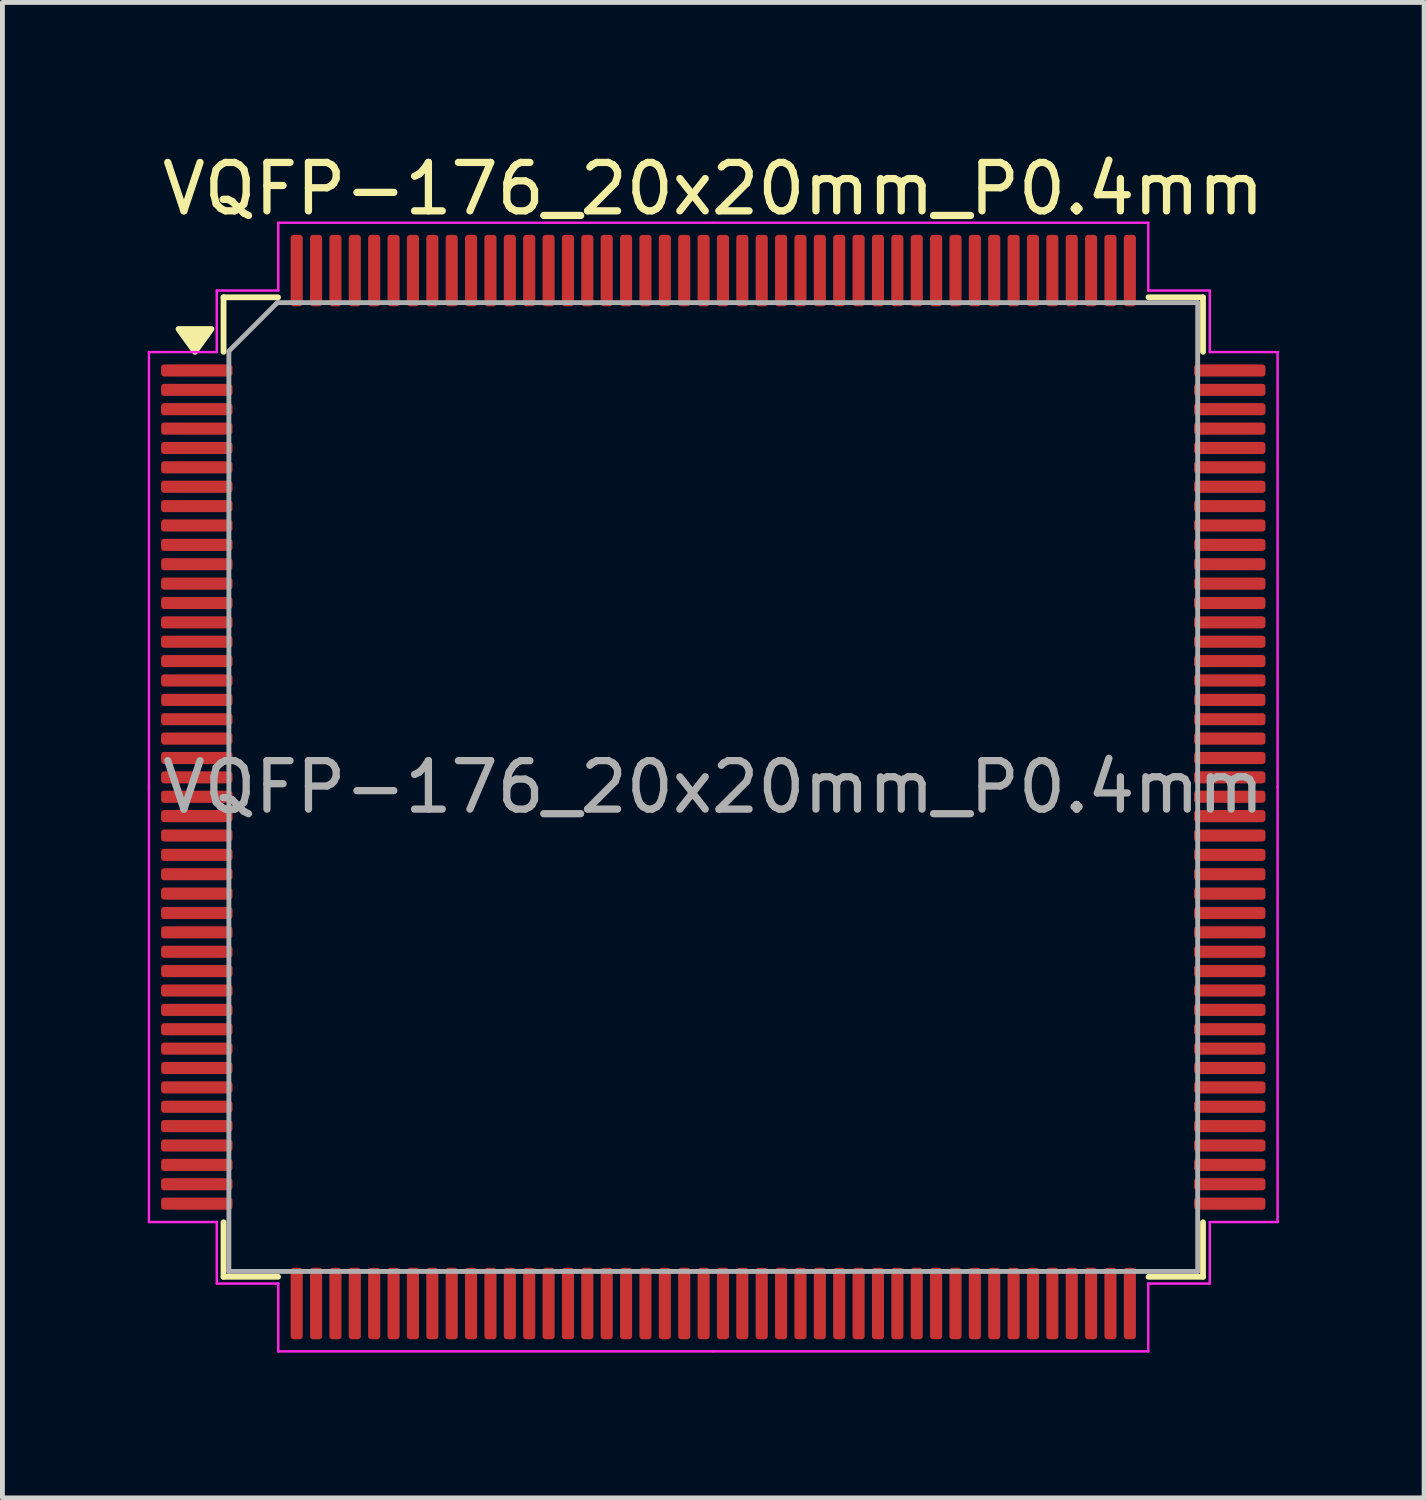
<source format=kicad_pcb>
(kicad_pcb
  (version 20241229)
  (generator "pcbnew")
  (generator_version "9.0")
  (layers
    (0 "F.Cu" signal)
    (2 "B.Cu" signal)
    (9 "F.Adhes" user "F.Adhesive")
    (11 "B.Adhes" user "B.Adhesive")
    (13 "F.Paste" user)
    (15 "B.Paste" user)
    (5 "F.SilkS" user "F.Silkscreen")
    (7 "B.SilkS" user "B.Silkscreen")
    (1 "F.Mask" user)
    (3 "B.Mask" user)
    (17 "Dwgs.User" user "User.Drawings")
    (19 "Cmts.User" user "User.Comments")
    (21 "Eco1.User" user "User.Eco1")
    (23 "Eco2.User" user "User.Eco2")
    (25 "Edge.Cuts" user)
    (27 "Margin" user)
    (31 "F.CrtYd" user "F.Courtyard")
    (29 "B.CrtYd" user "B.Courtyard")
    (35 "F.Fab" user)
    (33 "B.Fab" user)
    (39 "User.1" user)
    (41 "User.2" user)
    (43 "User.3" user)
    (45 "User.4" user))
  (footprint "VQFP-176_20x20mm_P0.4mm"
    (layer "F.Cu")
    (at 11.675 13.198)
    (property "Reference" "VQFP-176_20x20mm_P0.4mm" (at 0 -12.35 0) (layer "F.SilkS") (effects (font (size 1 1) (thickness 0.15))))
    (attr smd)
    (fp_line (start -10.11 -10.11) (end -10.11 -8.985) (stroke (width 0.12) (type solid)) (layer "F.SilkS"))
    (fp_line (start -10.11 10.11) (end -10.11 8.985) (stroke (width 0.12) (type solid)) (layer "F.SilkS"))
    (fp_line (start -8.985 -10.11) (end -10.11 -10.11) (stroke (width 0.12) (type solid)) (layer "F.SilkS"))
    (fp_line (start -8.985 10.11) (end -10.11 10.11) (stroke (width 0.12) (type solid)) (layer "F.SilkS"))
    (fp_line (start 8.985 -10.11) (end 10.11 -10.11) (stroke (width 0.12) (type solid)) (layer "F.SilkS"))
    (fp_line (start 8.985 10.11) (end 10.11 10.11) (stroke (width 0.12) (type solid)) (layer "F.SilkS"))
    (fp_line (start 10.11 -10.11) (end 10.11 -8.985) (stroke (width 0.12) (type solid)) (layer "F.SilkS"))
    (fp_line (start 10.11 10.11) (end 10.11 8.985) (stroke (width 0.12) (type solid)) (layer "F.SilkS"))
    (fp_poly (pts (xy -10.7 -8.985) (xy -11.04 -9.455) (xy -10.36 -9.455) (xy -10.7 -8.985)) (stroke (width 0.12) (type solid)) (fill yes) (layer "F.SilkS"))
    (fp_line (start -11.65 -8.98) (end -11.65 0) (stroke (width 0.05) (type solid)) (layer "F.CrtYd"))
    (fp_line (start -11.65 8.98) (end -11.65 0) (stroke (width 0.05) (type solid)) (layer "F.CrtYd"))
    (fp_line (start -10.25 -10.25) (end -10.25 -8.98) (stroke (width 0.05) (type solid)) (layer "F.CrtYd"))
    (fp_line (start -10.25 -8.98) (end -11.65 -8.98) (stroke (width 0.05) (type solid)) (layer "F.CrtYd"))
    (fp_line (start -10.25 8.98) (end -11.65 8.98) (stroke (width 0.05) (type solid)) (layer "F.CrtYd"))
    (fp_line (start -10.25 10.25) (end -10.25 8.98) (stroke (width 0.05) (type solid)) (layer "F.CrtYd"))
    (fp_line (start -8.98 -11.65) (end -8.98 -10.25) (stroke (width 0.05) (type solid)) (layer "F.CrtYd"))
    (fp_line (start -8.98 -10.25) (end -10.25 -10.25) (stroke (width 0.05) (type solid)) (layer "F.CrtYd"))
    (fp_line (start -8.98 10.25) (end -10.25 10.25) (stroke (width 0.05) (type solid)) (layer "F.CrtYd"))
    (fp_line (start -8.98 11.65) (end -8.98 10.25) (stroke (width 0.05) (type solid)) (layer "F.CrtYd"))
    (fp_line (start 0 -11.65) (end -8.98 -11.65) (stroke (width 0.05) (type solid)) (layer "F.CrtYd"))
    (fp_line (start 0 -11.65) (end 8.98 -11.65) (stroke (width 0.05) (type solid)) (layer "F.CrtYd"))
    (fp_line (start 0 11.65) (end -8.98 11.65) (stroke (width 0.05) (type solid)) (layer "F.CrtYd"))
    (fp_line (start 0 11.65) (end 8.98 11.65) (stroke (width 0.05) (type solid)) (layer "F.CrtYd"))
    (fp_line (start 8.98 -11.65) (end 8.98 -10.25) (stroke (width 0.05) (type solid)) (layer "F.CrtYd"))
    (fp_line (start 8.98 -10.25) (end 10.25 -10.25) (stroke (width 0.05) (type solid)) (layer "F.CrtYd"))
    (fp_line (start 8.98 10.25) (end 10.25 10.25) (stroke (width 0.05) (type solid)) (layer "F.CrtYd"))
    (fp_line (start 8.98 11.65) (end 8.98 10.25) (stroke (width 0.05) (type solid)) (layer "F.CrtYd"))
    (fp_line (start 10.25 -10.25) (end 10.25 -8.98) (stroke (width 0.05) (type solid)) (layer "F.CrtYd"))
    (fp_line (start 10.25 -8.98) (end 11.65 -8.98) (stroke (width 0.05) (type solid)) (layer "F.CrtYd"))
    (fp_line (start 10.25 8.98) (end 11.65 8.98) (stroke (width 0.05) (type solid)) (layer "F.CrtYd"))
    (fp_line (start 10.25 10.25) (end 10.25 8.98) (stroke (width 0.05) (type solid)) (layer "F.CrtYd"))
    (fp_line (start 11.65 -8.98) (end 11.65 0) (stroke (width 0.05) (type solid)) (layer "F.CrtYd"))
    (fp_line (start 11.65 8.98) (end 11.65 0) (stroke (width 0.05) (type solid)) (layer "F.CrtYd"))
    (fp_line (start -10 -9) (end -9 -10) (stroke (width 0.1) (type solid)) (layer "F.Fab"))
    (fp_line (start -10 10) (end -10 -9) (stroke (width 0.1) (type solid)) (layer "F.Fab"))
    (fp_line (start -9 -10) (end 10 -10) (stroke (width 0.1) (type solid)) (layer "F.Fab"))
    (fp_line (start 10 -10) (end 10 10) (stroke (width 0.1) (type solid)) (layer "F.Fab"))
    (fp_line (start 10 10) (end -10 10) (stroke (width 0.1) (type solid)) (layer "F.Fab"))
    (fp_text user "${REFERENCE}" (at 0 0 0) (layer "F.Fab") (effects (font (size 1 1) (thickness 0.15))))
    (pad "1" smd roundrect (at -10.662 -8.6) (size 1.475 0.25) (layers "F.Cu" "F.Mask" "F.Paste") (roundrect_rratio 0.25))
    (pad "2" smd roundrect (at -10.662 -8.2) (size 1.475 0.25) (layers "F.Cu" "F.Mask" "F.Paste") (roundrect_rratio 0.25))
    (pad "3" smd roundrect (at -10.662 -7.8) (size 1.475 0.25) (layers "F.Cu" "F.Mask" "F.Paste") (roundrect_rratio 0.25))
    (pad "4" smd roundrect (at -10.662 -7.4) (size 1.475 0.25) (layers "F.Cu" "F.Mask" "F.Paste") (roundrect_rratio 0.25))
    (pad "5" smd roundrect (at -10.662 -7) (size 1.475 0.25) (layers "F.Cu" "F.Mask" "F.Paste") (roundrect_rratio 0.25))
    (pad "6" smd roundrect (at -10.662 -6.6) (size 1.475 0.25) (layers "F.Cu" "F.Mask" "F.Paste") (roundrect_rratio 0.25))
    (pad "7" smd roundrect (at -10.662 -6.2) (size 1.475 0.25) (layers "F.Cu" "F.Mask" "F.Paste") (roundrect_rratio 0.25))
    (pad "8" smd roundrect (at -10.662 -5.8) (size 1.475 0.25) (layers "F.Cu" "F.Mask" "F.Paste") (roundrect_rratio 0.25))
    (pad "9" smd roundrect (at -10.662 -5.4) (size 1.475 0.25) (layers "F.Cu" "F.Mask" "F.Paste") (roundrect_rratio 0.25))
    (pad "10" smd roundrect (at -10.662 -5) (size 1.475 0.25) (layers "F.Cu" "F.Mask" "F.Paste") (roundrect_rratio 0.25))
    (pad "11" smd roundrect (at -10.662 -4.6) (size 1.475 0.25) (layers "F.Cu" "F.Mask" "F.Paste") (roundrect_rratio 0.25))
    (pad "12" smd roundrect (at -10.662 -4.2) (size 1.475 0.25) (layers "F.Cu" "F.Mask" "F.Paste") (roundrect_rratio 0.25))
    (pad "13" smd roundrect (at -10.662 -3.8) (size 1.475 0.25) (layers "F.Cu" "F.Mask" "F.Paste") (roundrect_rratio 0.25))
    (pad "14" smd roundrect (at -10.662 -3.4) (size 1.475 0.25) (layers "F.Cu" "F.Mask" "F.Paste") (roundrect_rratio 0.25))
    (pad "15" smd roundrect (at -10.662 -3) (size 1.475 0.25) (layers "F.Cu" "F.Mask" "F.Paste") (roundrect_rratio 0.25))
    (pad "16" smd roundrect (at -10.662 -2.6) (size 1.475 0.25) (layers "F.Cu" "F.Mask" "F.Paste") (roundrect_rratio 0.25))
    (pad "17" smd roundrect (at -10.662 -2.2) (size 1.475 0.25) (layers "F.Cu" "F.Mask" "F.Paste") (roundrect_rratio 0.25))
    (pad "18" smd roundrect (at -10.662 -1.8) (size 1.475 0.25) (layers "F.Cu" "F.Mask" "F.Paste") (roundrect_rratio 0.25))
    (pad "19" smd roundrect (at -10.662 -1.4) (size 1.475 0.25) (layers "F.Cu" "F.Mask" "F.Paste") (roundrect_rratio 0.25))
    (pad "20" smd roundrect (at -10.662 -1) (size 1.475 0.25) (layers "F.Cu" "F.Mask" "F.Paste") (roundrect_rratio 0.25))
    (pad "21" smd roundrect (at -10.662 -0.6) (size 1.475 0.25) (layers "F.Cu" "F.Mask" "F.Paste") (roundrect_rratio 0.25))
    (pad "22" smd roundrect (at -10.662 -0.2) (size 1.475 0.25) (layers "F.Cu" "F.Mask" "F.Paste") (roundrect_rratio 0.25))
    (pad "23" smd roundrect (at -10.662 0.2) (size 1.475 0.25) (layers "F.Cu" "F.Mask" "F.Paste") (roundrect_rratio 0.25))
    (pad "24" smd roundrect (at -10.662 0.6) (size 1.475 0.25) (layers "F.Cu" "F.Mask" "F.Paste") (roundrect_rratio 0.25))
    (pad "25" smd roundrect (at -10.662 1) (size 1.475 0.25) (layers "F.Cu" "F.Mask" "F.Paste") (roundrect_rratio 0.25))
    (pad "26" smd roundrect (at -10.662 1.4) (size 1.475 0.25) (layers "F.Cu" "F.Mask" "F.Paste") (roundrect_rratio 0.25))
    (pad "27" smd roundrect (at -10.662 1.8) (size 1.475 0.25) (layers "F.Cu" "F.Mask" "F.Paste") (roundrect_rratio 0.25))
    (pad "28" smd roundrect (at -10.662 2.2) (size 1.475 0.25) (layers "F.Cu" "F.Mask" "F.Paste") (roundrect_rratio 0.25))
    (pad "29" smd roundrect (at -10.662 2.6) (size 1.475 0.25) (layers "F.Cu" "F.Mask" "F.Paste") (roundrect_rratio 0.25))
    (pad "30" smd roundrect (at -10.662 3) (size 1.475 0.25) (layers "F.Cu" "F.Mask" "F.Paste") (roundrect_rratio 0.25))
    (pad "31" smd roundrect (at -10.662 3.4) (size 1.475 0.25) (layers "F.Cu" "F.Mask" "F.Paste") (roundrect_rratio 0.25))
    (pad "32" smd roundrect (at -10.662 3.8) (size 1.475 0.25) (layers "F.Cu" "F.Mask" "F.Paste") (roundrect_rratio 0.25))
    (pad "33" smd roundrect (at -10.662 4.2) (size 1.475 0.25) (layers "F.Cu" "F.Mask" "F.Paste") (roundrect_rratio 0.25))
    (pad "34" smd roundrect (at -10.662 4.6) (size 1.475 0.25) (layers "F.Cu" "F.Mask" "F.Paste") (roundrect_rratio 0.25))
    (pad "35" smd roundrect (at -10.662 5) (size 1.475 0.25) (layers "F.Cu" "F.Mask" "F.Paste") (roundrect_rratio 0.25))
    (pad "36" smd roundrect (at -10.662 5.4) (size 1.475 0.25) (layers "F.Cu" "F.Mask" "F.Paste") (roundrect_rratio 0.25))
    (pad "37" smd roundrect (at -10.662 5.8) (size 1.475 0.25) (layers "F.Cu" "F.Mask" "F.Paste") (roundrect_rratio 0.25))
    (pad "38" smd roundrect (at -10.662 6.2) (size 1.475 0.25) (layers "F.Cu" "F.Mask" "F.Paste") (roundrect_rratio 0.25))
    (pad "39" smd roundrect (at -10.662 6.6) (size 1.475 0.25) (layers "F.Cu" "F.Mask" "F.Paste") (roundrect_rratio 0.25))
    (pad "40" smd roundrect (at -10.662 7) (size 1.475 0.25) (layers "F.Cu" "F.Mask" "F.Paste") (roundrect_rratio 0.25))
    (pad "41" smd roundrect (at -10.662 7.4) (size 1.475 0.25) (layers "F.Cu" "F.Mask" "F.Paste") (roundrect_rratio 0.25))
    (pad "42" smd roundrect (at -10.662 7.8) (size 1.475 0.25) (layers "F.Cu" "F.Mask" "F.Paste") (roundrect_rratio 0.25))
    (pad "43" smd roundrect (at -10.662 8.2) (size 1.475 0.25) (layers "F.Cu" "F.Mask" "F.Paste") (roundrect_rratio 0.25))
    (pad "44" smd roundrect (at -10.662 8.6) (size 1.475 0.25) (layers "F.Cu" "F.Mask" "F.Paste") (roundrect_rratio 0.25))
    (pad "45" smd roundrect (at -8.6 10.662) (size 0.25 1.475) (layers "F.Cu" "F.Mask" "F.Paste") (roundrect_rratio 0.25))
    (pad "46" smd roundrect (at -8.2 10.662) (size 0.25 1.475) (layers "F.Cu" "F.Mask" "F.Paste") (roundrect_rratio 0.25))
    (pad "47" smd roundrect (at -7.8 10.662) (size 0.25 1.475) (layers "F.Cu" "F.Mask" "F.Paste") (roundrect_rratio 0.25))
    (pad "48" smd roundrect (at -7.4 10.662) (size 0.25 1.475) (layers "F.Cu" "F.Mask" "F.Paste") (roundrect_rratio 0.25))
    (pad "49" smd roundrect (at -7 10.662) (size 0.25 1.475) (layers "F.Cu" "F.Mask" "F.Paste") (roundrect_rratio 0.25))
    (pad "50" smd roundrect (at -6.6 10.662) (size 0.25 1.475) (layers "F.Cu" "F.Mask" "F.Paste") (roundrect_rratio 0.25))
    (pad "51" smd roundrect (at -6.2 10.662) (size 0.25 1.475) (layers "F.Cu" "F.Mask" "F.Paste") (roundrect_rratio 0.25))
    (pad "52" smd roundrect (at -5.8 10.662) (size 0.25 1.475) (layers "F.Cu" "F.Mask" "F.Paste") (roundrect_rratio 0.25))
    (pad "53" smd roundrect (at -5.4 10.662) (size 0.25 1.475) (layers "F.Cu" "F.Mask" "F.Paste") (roundrect_rratio 0.25))
    (pad "54" smd roundrect (at -5 10.662) (size 0.25 1.475) (layers "F.Cu" "F.Mask" "F.Paste") (roundrect_rratio 0.25))
    (pad "55" smd roundrect (at -4.6 10.662) (size 0.25 1.475) (layers "F.Cu" "F.Mask" "F.Paste") (roundrect_rratio 0.25))
    (pad "56" smd roundrect (at -4.2 10.662) (size 0.25 1.475) (layers "F.Cu" "F.Mask" "F.Paste") (roundrect_rratio 0.25))
    (pad "57" smd roundrect (at -3.8 10.662) (size 0.25 1.475) (layers "F.Cu" "F.Mask" "F.Paste") (roundrect_rratio 0.25))
    (pad "58" smd roundrect (at -3.4 10.662) (size 0.25 1.475) (layers "F.Cu" "F.Mask" "F.Paste") (roundrect_rratio 0.25))
    (pad "59" smd roundrect (at -3 10.662) (size 0.25 1.475) (layers "F.Cu" "F.Mask" "F.Paste") (roundrect_rratio 0.25))
    (pad "60" smd roundrect (at -2.6 10.662) (size 0.25 1.475) (layers "F.Cu" "F.Mask" "F.Paste") (roundrect_rratio 0.25))
    (pad "61" smd roundrect (at -2.2 10.662) (size 0.25 1.475) (layers "F.Cu" "F.Mask" "F.Paste") (roundrect_rratio 0.25))
    (pad "62" smd roundrect (at -1.8 10.662) (size 0.25 1.475) (layers "F.Cu" "F.Mask" "F.Paste") (roundrect_rratio 0.25))
    (pad "63" smd roundrect (at -1.4 10.662) (size 0.25 1.475) (layers "F.Cu" "F.Mask" "F.Paste") (roundrect_rratio 0.25))
    (pad "64" smd roundrect (at -1 10.662) (size 0.25 1.475) (layers "F.Cu" "F.Mask" "F.Paste") (roundrect_rratio 0.25))
    (pad "65" smd roundrect (at -0.6 10.662) (size 0.25 1.475) (layers "F.Cu" "F.Mask" "F.Paste") (roundrect_rratio 0.25))
    (pad "66" smd roundrect (at -0.2 10.662) (size 0.25 1.475) (layers "F.Cu" "F.Mask" "F.Paste") (roundrect_rratio 0.25))
    (pad "67" smd roundrect (at 0.2 10.662) (size 0.25 1.475) (layers "F.Cu" "F.Mask" "F.Paste") (roundrect_rratio 0.25))
    (pad "68" smd roundrect (at 0.6 10.662) (size 0.25 1.475) (layers "F.Cu" "F.Mask" "F.Paste") (roundrect_rratio 0.25))
    (pad "69" smd roundrect (at 1 10.662) (size 0.25 1.475) (layers "F.Cu" "F.Mask" "F.Paste") (roundrect_rratio 0.25))
    (pad "70" smd roundrect (at 1.4 10.662) (size 0.25 1.475) (layers "F.Cu" "F.Mask" "F.Paste") (roundrect_rratio 0.25))
    (pad "71" smd roundrect (at 1.8 10.662) (size 0.25 1.475) (layers "F.Cu" "F.Mask" "F.Paste") (roundrect_rratio 0.25))
    (pad "72" smd roundrect (at 2.2 10.662) (size 0.25 1.475) (layers "F.Cu" "F.Mask" "F.Paste") (roundrect_rratio 0.25))
    (pad "73" smd roundrect (at 2.6 10.662) (size 0.25 1.475) (layers "F.Cu" "F.Mask" "F.Paste") (roundrect_rratio 0.25))
    (pad "74" smd roundrect (at 3 10.662) (size 0.25 1.475) (layers "F.Cu" "F.Mask" "F.Paste") (roundrect_rratio 0.25))
    (pad "75" smd roundrect (at 3.4 10.662) (size 0.25 1.475) (layers "F.Cu" "F.Mask" "F.Paste") (roundrect_rratio 0.25))
    (pad "76" smd roundrect (at 3.8 10.662) (size 0.25 1.475) (layers "F.Cu" "F.Mask" "F.Paste") (roundrect_rratio 0.25))
    (pad "77" smd roundrect (at 4.2 10.662) (size 0.25 1.475) (layers "F.Cu" "F.Mask" "F.Paste") (roundrect_rratio 0.25))
    (pad "78" smd roundrect (at 4.6 10.662) (size 0.25 1.475) (layers "F.Cu" "F.Mask" "F.Paste") (roundrect_rratio 0.25))
    (pad "79" smd roundrect (at 5 10.662) (size 0.25 1.475) (layers "F.Cu" "F.Mask" "F.Paste") (roundrect_rratio 0.25))
    (pad "80" smd roundrect (at 5.4 10.662) (size 0.25 1.475) (layers "F.Cu" "F.Mask" "F.Paste") (roundrect_rratio 0.25))
    (pad "81" smd roundrect (at 5.8 10.662) (size 0.25 1.475) (layers "F.Cu" "F.Mask" "F.Paste") (roundrect_rratio 0.25))
    (pad "82" smd roundrect (at 6.2 10.662) (size 0.25 1.475) (layers "F.Cu" "F.Mask" "F.Paste") (roundrect_rratio 0.25))
    (pad "83" smd roundrect (at 6.6 10.662) (size 0.25 1.475) (layers "F.Cu" "F.Mask" "F.Paste") (roundrect_rratio 0.25))
    (pad "84" smd roundrect (at 7 10.662) (size 0.25 1.475) (layers "F.Cu" "F.Mask" "F.Paste") (roundrect_rratio 0.25))
    (pad "85" smd roundrect (at 7.4 10.662) (size 0.25 1.475) (layers "F.Cu" "F.Mask" "F.Paste") (roundrect_rratio 0.25))
    (pad "86" smd roundrect (at 7.8 10.662) (size 0.25 1.475) (layers "F.Cu" "F.Mask" "F.Paste") (roundrect_rratio 0.25))
    (pad "87" smd roundrect (at 8.2 10.662) (size 0.25 1.475) (layers "F.Cu" "F.Mask" "F.Paste") (roundrect_rratio 0.25))
    (pad "88" smd roundrect (at 8.6 10.662) (size 0.25 1.475) (layers "F.Cu" "F.Mask" "F.Paste") (roundrect_rratio 0.25))
    (pad "89" smd roundrect (at 10.662 8.6) (size 1.475 0.25) (layers "F.Cu" "F.Mask" "F.Paste") (roundrect_rratio 0.25))
    (pad "90" smd roundrect (at 10.662 8.2) (size 1.475 0.25) (layers "F.Cu" "F.Mask" "F.Paste") (roundrect_rratio 0.25))
    (pad "91" smd roundrect (at 10.662 7.8) (size 1.475 0.25) (layers "F.Cu" "F.Mask" "F.Paste") (roundrect_rratio 0.25))
    (pad "92" smd roundrect (at 10.662 7.4) (size 1.475 0.25) (layers "F.Cu" "F.Mask" "F.Paste") (roundrect_rratio 0.25))
    (pad "93" smd roundrect (at 10.662 7) (size 1.475 0.25) (layers "F.Cu" "F.Mask" "F.Paste") (roundrect_rratio 0.25))
    (pad "94" smd roundrect (at 10.662 6.6) (size 1.475 0.25) (layers "F.Cu" "F.Mask" "F.Paste") (roundrect_rratio 0.25))
    (pad "95" smd roundrect (at 10.662 6.2) (size 1.475 0.25) (layers "F.Cu" "F.Mask" "F.Paste") (roundrect_rratio 0.25))
    (pad "96" smd roundrect (at 10.662 5.8) (size 1.475 0.25) (layers "F.Cu" "F.Mask" "F.Paste") (roundrect_rratio 0.25))
    (pad "97" smd roundrect (at 10.662 5.4) (size 1.475 0.25) (layers "F.Cu" "F.Mask" "F.Paste") (roundrect_rratio 0.25))
    (pad "98" smd roundrect (at 10.662 5) (size 1.475 0.25) (layers "F.Cu" "F.Mask" "F.Paste") (roundrect_rratio 0.25))
    (pad "99" smd roundrect (at 10.662 4.6) (size 1.475 0.25) (layers "F.Cu" "F.Mask" "F.Paste") (roundrect_rratio 0.25))
    (pad "100" smd roundrect (at 10.662 4.2) (size 1.475 0.25) (layers "F.Cu" "F.Mask" "F.Paste") (roundrect_rratio 0.25))
    (pad "101" smd roundrect (at 10.662 3.8) (size 1.475 0.25) (layers "F.Cu" "F.Mask" "F.Paste") (roundrect_rratio 0.25))
    (pad "102" smd roundrect (at 10.662 3.4) (size 1.475 0.25) (layers "F.Cu" "F.Mask" "F.Paste") (roundrect_rratio 0.25))
    (pad "103" smd roundrect (at 10.662 3) (size 1.475 0.25) (layers "F.Cu" "F.Mask" "F.Paste") (roundrect_rratio 0.25))
    (pad "104" smd roundrect (at 10.662 2.6) (size 1.475 0.25) (layers "F.Cu" "F.Mask" "F.Paste") (roundrect_rratio 0.25))
    (pad "105" smd roundrect (at 10.662 2.2) (size 1.475 0.25) (layers "F.Cu" "F.Mask" "F.Paste") (roundrect_rratio 0.25))
    (pad "106" smd roundrect (at 10.662 1.8) (size 1.475 0.25) (layers "F.Cu" "F.Mask" "F.Paste") (roundrect_rratio 0.25))
    (pad "107" smd roundrect (at 10.662 1.4) (size 1.475 0.25) (layers "F.Cu" "F.Mask" "F.Paste") (roundrect_rratio 0.25))
    (pad "108" smd roundrect (at 10.662 1) (size 1.475 0.25) (layers "F.Cu" "F.Mask" "F.Paste") (roundrect_rratio 0.25))
    (pad "109" smd roundrect (at 10.662 0.6) (size 1.475 0.25) (layers "F.Cu" "F.Mask" "F.Paste") (roundrect_rratio 0.25))
    (pad "110" smd roundrect (at 10.662 0.2) (size 1.475 0.25) (layers "F.Cu" "F.Mask" "F.Paste") (roundrect_rratio 0.25))
    (pad "111" smd roundrect (at 10.662 -0.2) (size 1.475 0.25) (layers "F.Cu" "F.Mask" "F.Paste") (roundrect_rratio 0.25))
    (pad "112" smd roundrect (at 10.662 -0.6) (size 1.475 0.25) (layers "F.Cu" "F.Mask" "F.Paste") (roundrect_rratio 0.25))
    (pad "113" smd roundrect (at 10.662 -1) (size 1.475 0.25) (layers "F.Cu" "F.Mask" "F.Paste") (roundrect_rratio 0.25))
    (pad "114" smd roundrect (at 10.662 -1.4) (size 1.475 0.25) (layers "F.Cu" "F.Mask" "F.Paste") (roundrect_rratio 0.25))
    (pad "115" smd roundrect (at 10.662 -1.8) (size 1.475 0.25) (layers "F.Cu" "F.Mask" "F.Paste") (roundrect_rratio 0.25))
    (pad "116" smd roundrect (at 10.662 -2.2) (size 1.475 0.25) (layers "F.Cu" "F.Mask" "F.Paste") (roundrect_rratio 0.25))
    (pad "117" smd roundrect (at 10.662 -2.6) (size 1.475 0.25) (layers "F.Cu" "F.Mask" "F.Paste") (roundrect_rratio 0.25))
    (pad "118" smd roundrect (at 10.662 -3) (size 1.475 0.25) (layers "F.Cu" "F.Mask" "F.Paste") (roundrect_rratio 0.25))
    (pad "119" smd roundrect (at 10.662 -3.4) (size 1.475 0.25) (layers "F.Cu" "F.Mask" "F.Paste") (roundrect_rratio 0.25))
    (pad "120" smd roundrect (at 10.662 -3.8) (size 1.475 0.25) (layers "F.Cu" "F.Mask" "F.Paste") (roundrect_rratio 0.25))
    (pad "121" smd roundrect (at 10.662 -4.2) (size 1.475 0.25) (layers "F.Cu" "F.Mask" "F.Paste") (roundrect_rratio 0.25))
    (pad "122" smd roundrect (at 10.662 -4.6) (size 1.475 0.25) (layers "F.Cu" "F.Mask" "F.Paste") (roundrect_rratio 0.25))
    (pad "123" smd roundrect (at 10.662 -5) (size 1.475 0.25) (layers "F.Cu" "F.Mask" "F.Paste") (roundrect_rratio 0.25))
    (pad "124" smd roundrect (at 10.662 -5.4) (size 1.475 0.25) (layers "F.Cu" "F.Mask" "F.Paste") (roundrect_rratio 0.25))
    (pad "125" smd roundrect (at 10.662 -5.8) (size 1.475 0.25) (layers "F.Cu" "F.Mask" "F.Paste") (roundrect_rratio 0.25))
    (pad "126" smd roundrect (at 10.662 -6.2) (size 1.475 0.25) (layers "F.Cu" "F.Mask" "F.Paste") (roundrect_rratio 0.25))
    (pad "127" smd roundrect (at 10.662 -6.6) (size 1.475 0.25) (layers "F.Cu" "F.Mask" "F.Paste") (roundrect_rratio 0.25))
    (pad "128" smd roundrect (at 10.662 -7) (size 1.475 0.25) (layers "F.Cu" "F.Mask" "F.Paste") (roundrect_rratio 0.25))
    (pad "129" smd roundrect (at 10.662 -7.4) (size 1.475 0.25) (layers "F.Cu" "F.Mask" "F.Paste") (roundrect_rratio 0.25))
    (pad "130" smd roundrect (at 10.662 -7.8) (size 1.475 0.25) (layers "F.Cu" "F.Mask" "F.Paste") (roundrect_rratio 0.25))
    (pad "131" smd roundrect (at 10.662 -8.2) (size 1.475 0.25) (layers "F.Cu" "F.Mask" "F.Paste") (roundrect_rratio 0.25))
    (pad "132" smd roundrect (at 10.662 -8.6) (size 1.475 0.25) (layers "F.Cu" "F.Mask" "F.Paste") (roundrect_rratio 0.25))
    (pad "133" smd roundrect (at 8.6 -10.662) (size 0.25 1.475) (layers "F.Cu" "F.Mask" "F.Paste") (roundrect_rratio 0.25))
    (pad "134" smd roundrect (at 8.2 -10.662) (size 0.25 1.475) (layers "F.Cu" "F.Mask" "F.Paste") (roundrect_rratio 0.25))
    (pad "135" smd roundrect (at 7.8 -10.662) (size 0.25 1.475) (layers "F.Cu" "F.Mask" "F.Paste") (roundrect_rratio 0.25))
    (pad "136" smd roundrect (at 7.4 -10.662) (size 0.25 1.475) (layers "F.Cu" "F.Mask" "F.Paste") (roundrect_rratio 0.25))
    (pad "137" smd roundrect (at 7 -10.662) (size 0.25 1.475) (layers "F.Cu" "F.Mask" "F.Paste") (roundrect_rratio 0.25))
    (pad "138" smd roundrect (at 6.6 -10.662) (size 0.25 1.475) (layers "F.Cu" "F.Mask" "F.Paste") (roundrect_rratio 0.25))
    (pad "139" smd roundrect (at 6.2 -10.662) (size 0.25 1.475) (layers "F.Cu" "F.Mask" "F.Paste") (roundrect_rratio 0.25))
    (pad "140" smd roundrect (at 5.8 -10.662) (size 0.25 1.475) (layers "F.Cu" "F.Mask" "F.Paste") (roundrect_rratio 0.25))
    (pad "141" smd roundrect (at 5.4 -10.662) (size 0.25 1.475) (layers "F.Cu" "F.Mask" "F.Paste") (roundrect_rratio 0.25))
    (pad "142" smd roundrect (at 5 -10.662) (size 0.25 1.475) (layers "F.Cu" "F.Mask" "F.Paste") (roundrect_rratio 0.25))
    (pad "143" smd roundrect (at 4.6 -10.662) (size 0.25 1.475) (layers "F.Cu" "F.Mask" "F.Paste") (roundrect_rratio 0.25))
    (pad "144" smd roundrect (at 4.2 -10.662) (size 0.25 1.475) (layers "F.Cu" "F.Mask" "F.Paste") (roundrect_rratio 0.25))
    (pad "145" smd roundrect (at 3.8 -10.662) (size 0.25 1.475) (layers "F.Cu" "F.Mask" "F.Paste") (roundrect_rratio 0.25))
    (pad "146" smd roundrect (at 3.4 -10.662) (size 0.25 1.475) (layers "F.Cu" "F.Mask" "F.Paste") (roundrect_rratio 0.25))
    (pad "147" smd roundrect (at 3 -10.662) (size 0.25 1.475) (layers "F.Cu" "F.Mask" "F.Paste") (roundrect_rratio 0.25))
    (pad "148" smd roundrect (at 2.6 -10.662) (size 0.25 1.475) (layers "F.Cu" "F.Mask" "F.Paste") (roundrect_rratio 0.25))
    (pad "149" smd roundrect (at 2.2 -10.662) (size 0.25 1.475) (layers "F.Cu" "F.Mask" "F.Paste") (roundrect_rratio 0.25))
    (pad "150" smd roundrect (at 1.8 -10.662) (size 0.25 1.475) (layers "F.Cu" "F.Mask" "F.Paste") (roundrect_rratio 0.25))
    (pad "151" smd roundrect (at 1.4 -10.662) (size 0.25 1.475) (layers "F.Cu" "F.Mask" "F.Paste") (roundrect_rratio 0.25))
    (pad "152" smd roundrect (at 1 -10.662) (size 0.25 1.475) (layers "F.Cu" "F.Mask" "F.Paste") (roundrect_rratio 0.25))
    (pad "153" smd roundrect (at 0.6 -10.662) (size 0.25 1.475) (layers "F.Cu" "F.Mask" "F.Paste") (roundrect_rratio 0.25))
    (pad "154" smd roundrect (at 0.2 -10.662) (size 0.25 1.475) (layers "F.Cu" "F.Mask" "F.Paste") (roundrect_rratio 0.25))
    (pad "155" smd roundrect (at -0.2 -10.662) (size 0.25 1.475) (layers "F.Cu" "F.Mask" "F.Paste") (roundrect_rratio 0.25))
    (pad "156" smd roundrect (at -0.6 -10.662) (size 0.25 1.475) (layers "F.Cu" "F.Mask" "F.Paste") (roundrect_rratio 0.25))
    (pad "157" smd roundrect (at -1 -10.662) (size 0.25 1.475) (layers "F.Cu" "F.Mask" "F.Paste") (roundrect_rratio 0.25))
    (pad "158" smd roundrect (at -1.4 -10.662) (size 0.25 1.475) (layers "F.Cu" "F.Mask" "F.Paste") (roundrect_rratio 0.25))
    (pad "159" smd roundrect (at -1.8 -10.662) (size 0.25 1.475) (layers "F.Cu" "F.Mask" "F.Paste") (roundrect_rratio 0.25))
    (pad "160" smd roundrect (at -2.2 -10.662) (size 0.25 1.475) (layers "F.Cu" "F.Mask" "F.Paste") (roundrect_rratio 0.25))
    (pad "161" smd roundrect (at -2.6 -10.662) (size 0.25 1.475) (layers "F.Cu" "F.Mask" "F.Paste") (roundrect_rratio 0.25))
    (pad "162" smd roundrect (at -3 -10.662) (size 0.25 1.475) (layers "F.Cu" "F.Mask" "F.Paste") (roundrect_rratio 0.25))
    (pad "163" smd roundrect (at -3.4 -10.662) (size 0.25 1.475) (layers "F.Cu" "F.Mask" "F.Paste") (roundrect_rratio 0.25))
    (pad "164" smd roundrect (at -3.8 -10.662) (size 0.25 1.475) (layers "F.Cu" "F.Mask" "F.Paste") (roundrect_rratio 0.25))
    (pad "165" smd roundrect (at -4.2 -10.662) (size 0.25 1.475) (layers "F.Cu" "F.Mask" "F.Paste") (roundrect_rratio 0.25))
    (pad "166" smd roundrect (at -4.6 -10.662) (size 0.25 1.475) (layers "F.Cu" "F.Mask" "F.Paste") (roundrect_rratio 0.25))
    (pad "167" smd roundrect (at -5 -10.662) (size 0.25 1.475) (layers "F.Cu" "F.Mask" "F.Paste") (roundrect_rratio 0.25))
    (pad "168" smd roundrect (at -5.4 -10.662) (size 0.25 1.475) (layers "F.Cu" "F.Mask" "F.Paste") (roundrect_rratio 0.25))
    (pad "169" smd roundrect (at -5.8 -10.662) (size 0.25 1.475) (layers "F.Cu" "F.Mask" "F.Paste") (roundrect_rratio 0.25))
    (pad "170" smd roundrect (at -6.2 -10.662) (size 0.25 1.475) (layers "F.Cu" "F.Mask" "F.Paste") (roundrect_rratio 0.25))
    (pad "171" smd roundrect (at -6.6 -10.662) (size 0.25 1.475) (layers "F.Cu" "F.Mask" "F.Paste") (roundrect_rratio 0.25))
    (pad "172" smd roundrect (at -7 -10.662) (size 0.25 1.475) (layers "F.Cu" "F.Mask" "F.Paste") (roundrect_rratio 0.25))
    (pad "173" smd roundrect (at -7.4 -10.662) (size 0.25 1.475) (layers "F.Cu" "F.Mask" "F.Paste") (roundrect_rratio 0.25))
    (pad "174" smd roundrect (at -7.8 -10.662) (size 0.25 1.475) (layers "F.Cu" "F.Mask" "F.Paste") (roundrect_rratio 0.25))
    (pad "175" smd roundrect (at -8.2 -10.662) (size 0.25 1.475) (layers "F.Cu" "F.Mask" "F.Paste") (roundrect_rratio 0.25))
    (pad "176" smd roundrect (at -8.6 -10.662) (size 0.25 1.475) (layers "F.Cu" "F.Mask" "F.Paste") (roundrect_rratio 0.25)))
  (gr_rect
    (start -3 -3)
    (end 26.35 27.873)
    (stroke (width 0.1) (type default))
    (fill no)
    (layer "Edge.Cuts")))
</source>
